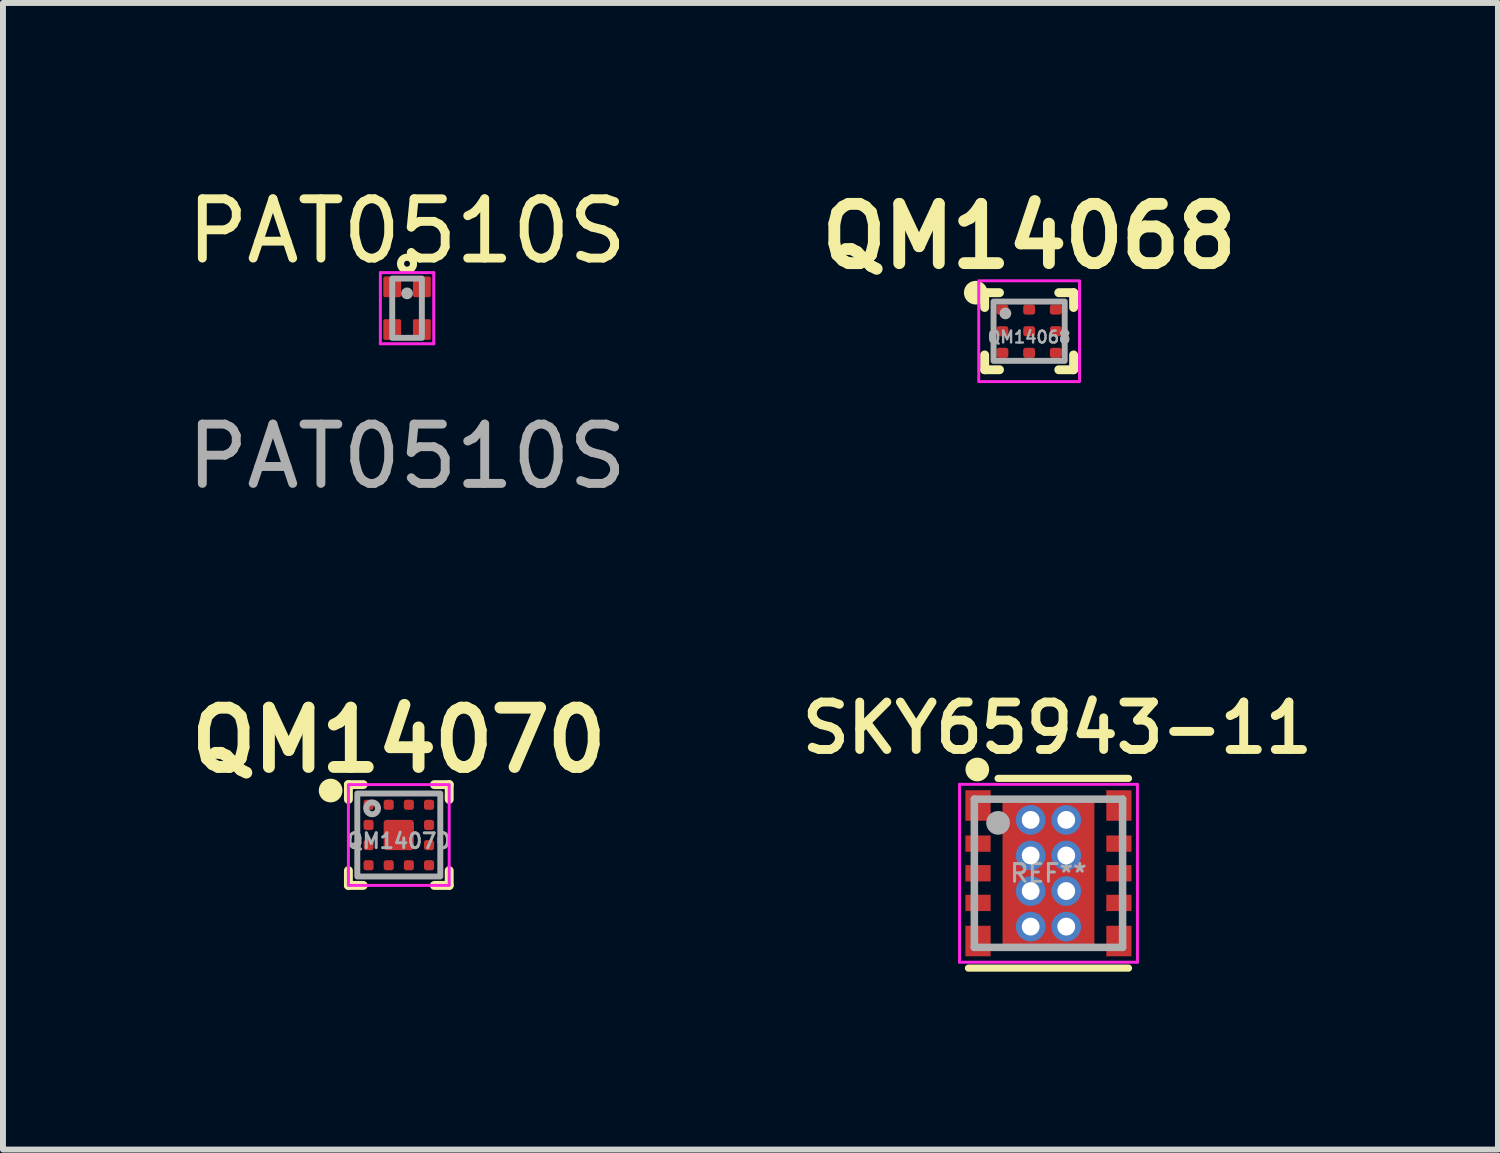
<source format=kicad_pcb>
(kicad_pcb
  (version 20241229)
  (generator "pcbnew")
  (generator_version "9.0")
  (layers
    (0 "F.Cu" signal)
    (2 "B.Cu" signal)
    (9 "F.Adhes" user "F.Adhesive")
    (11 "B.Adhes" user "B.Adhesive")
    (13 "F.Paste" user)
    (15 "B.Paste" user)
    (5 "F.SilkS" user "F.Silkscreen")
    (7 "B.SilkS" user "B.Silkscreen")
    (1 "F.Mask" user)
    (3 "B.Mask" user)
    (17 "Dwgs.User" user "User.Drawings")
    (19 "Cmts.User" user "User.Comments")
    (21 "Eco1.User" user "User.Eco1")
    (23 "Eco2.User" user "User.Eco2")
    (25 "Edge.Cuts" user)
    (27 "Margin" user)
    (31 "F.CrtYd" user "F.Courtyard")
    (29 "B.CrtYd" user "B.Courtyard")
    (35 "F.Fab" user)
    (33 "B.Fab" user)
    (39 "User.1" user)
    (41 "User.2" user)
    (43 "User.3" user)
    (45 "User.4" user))
  (footprint "QM14068"
    (layer "F.Cu")
    (at 14.307 2.536)
    (property "Reference" "QM14068" (at 0 -1.6 0) (unlocked yes) (layer "F.SilkS") (effects (font (size 1 1) (thickness 0.2) (bold yes))))
    (attr smd)
    (fp_line (start -0.75 -0.4) (end -0.75 -0.65) (stroke (width 0.15) (type default)) (layer "F.SilkS"))
    (fp_line (start -0.75 0.4) (end -0.75 0.65) (stroke (width 0.15) (type default)) (layer "F.SilkS"))
    (fp_line (start -0.5 -0.65) (end -0.75 -0.65) (stroke (width 0.15) (type default)) (layer "F.SilkS"))
    (fp_line (start -0.5 0.65) (end -0.75 0.65) (stroke (width 0.15) (type default)) (layer "F.SilkS"))
    (fp_line (start 0.5 -0.65) (end 0.75 -0.65) (stroke (width 0.15) (type default)) (layer "F.SilkS"))
    (fp_line (start 0.5 0.65) (end 0.75 0.65) (stroke (width 0.15) (type default)) (layer "F.SilkS"))
    (fp_line (start 0.75 -0.4) (end 0.75 -0.65) (stroke (width 0.15) (type default)) (layer "F.SilkS"))
    (fp_line (start 0.75 0.4) (end 0.75 0.65) (stroke (width 0.15) (type default)) (layer "F.SilkS"))
    (fp_circle (center -0.9 -0.65) (end -1 -0.65) (stroke (width 0.2) (type default)) (fill no) (layer "F.SilkS"))
    (fp_rect (start -0.85 -0.85) (end 0.85 0.85) (stroke (width 0.05) (type default)) (fill no) (layer "F.CrtYd"))
    (fp_rect (start -0.6 -0.5) (end 0.6 0.5) (stroke (width 0.1) (type default)) (fill no) (layer "F.Fab"))
    (fp_circle (center -0.4 -0.3) (end -0.35 -0.3) (stroke (width 0.1) (type solid)) (fill no) (layer "F.Fab"))
    (fp_text user "${REFERENCE}" (at 0 0.1 0) (unlocked yes) (layer "F.Fab") (effects (font (size 0.2 0.2) (thickness 0.04) (bold yes))))
    (pad "1" smd roundrect (at -0.45 -0.365) (size 0.2 0.17) (layers "F.Cu" "F.Mask" "F.Paste") (roundrect_rratio 0.25))
    (pad "2" smd roundrect (at -0.45 0) (size 0.2 0.17) (layers "F.Cu" "F.Mask" "F.Paste") (roundrect_rratio 0.25))
    (pad "3" smd roundrect (at -0.45 0.365) (size 0.2 0.17) (layers "F.Cu" "F.Mask" "F.Paste") (roundrect_rratio 0.25))
    (pad "4" smd roundrect (at 0 0.365) (size 0.2 0.17) (layers "F.Cu" "F.Mask" "F.Paste") (roundrect_rratio 0.25))
    (pad "5" smd roundrect (at 0.45 0.365) (size 0.2 0.17) (layers "F.Cu" "F.Mask" "F.Paste") (roundrect_rratio 0.25))
    (pad "6" smd roundrect (at 0.45 0) (size 0.2 0.17) (layers "F.Cu" "F.Mask" "F.Paste") (roundrect_rratio 0.25))
    (pad "7" smd roundrect (at 0.45 -0.365) (size 0.2 0.17) (layers "F.Cu" "F.Mask" "F.Paste") (roundrect_rratio 0.25))
    (pad "8" smd roundrect (at 0 -0.365) (size 0.2 0.17) (layers "F.Cu" "F.Mask" "F.Paste") (roundrect_rratio 0.25))
    (pad "9" smd roundrect (at 0 0) (size 0.2 0.17) (layers "F.Cu" "F.Mask" "F.Paste") (roundrect_rratio 0.25)))
  (footprint "PAT0510S"
    (layer "F.Cu")
    (at 3.815 2.148)
    (property "Reference" "PAT0510S" (at 0 -1.3 0) (unlocked yes) (layer "F.SilkS") (effects (font (size 1 1) (thickness 0.15))))
    (attr smd)
    (fp_circle (center 0 -0.75) (end 0.05 -0.75) (stroke (width 0.12) (type solid)) (fill no) (layer "F.SilkS"))
    (fp_line (start -0.45 -0.6) (end 0.45 -0.6) (stroke (width 0.05) (type solid)) (layer "F.CrtYd"))
    (fp_line (start -0.45 0.6) (end -0.45 -0.6) (stroke (width 0.05) (type solid)) (layer "F.CrtYd"))
    (fp_line (start 0.45 -0.6) (end 0.45 0.6) (stroke (width 0.05) (type solid)) (layer "F.CrtYd"))
    (fp_line (start 0.45 0.6) (end -0.45 0.6) (stroke (width 0.05) (type solid)) (layer "F.CrtYd"))
    (fp_rect (start -0.25 -0.5) (end 0.25 0.5) (stroke (width 0.1) (type solid)) (fill no) (layer "F.Fab"))
    (fp_circle (center 0 -0.25) (end 0.05 -0.25) (stroke (width 0.1) (type solid)) (fill no) (layer "F.Fab"))
    (fp_text user "${REFERENCE}" (at 0 2.5 0) (unlocked yes) (layer "F.Fab") (effects (font (size 1 1) (thickness 0.15))))
    (pad "1" smd roundrect (at -0.25 -0.36) (size 0.3 0.35) (layers "F.Cu" "F.Mask" "F.Paste") (roundrect_rratio 0.1))
    (pad "2" smd roundrect (at 0.25 -0.36) (size 0.3 0.35) (layers "F.Cu" "F.Mask" "F.Paste") (roundrect_rratio 0.1))
    (pad "3" smd roundrect (at -0.25 0.36) (size 0.3 0.35) (layers "F.Cu" "F.Mask" "F.Paste") (roundrect_rratio 0.1))
    (pad "3" smd roundrect (at 0.25 0.36) (size 0.3 0.35) (layers "F.Cu" "F.Mask" "F.Paste") (roundrect_rratio 0.1)))
  (footprint "QM14070"
    (layer "F.Cu")
    (at 3.676 11.033)
    (property "Reference" "QM14070" (at 0 -1.6 0) (unlocked yes) (layer "F.SilkS") (effects (font (size 1 1) (thickness 0.2) (bold yes))))
    (attr smd)
    (fp_line (start -0.85 -0.6) (end -0.85 -0.85) (stroke (width 0.15) (type default)) (layer "F.SilkS"))
    (fp_line (start -0.85 0.6) (end -0.85 0.85) (stroke (width 0.15) (type default)) (layer "F.SilkS"))
    (fp_line (start -0.6 -0.85) (end -0.85 -0.85) (stroke (width 0.15) (type default)) (layer "F.SilkS"))
    (fp_line (start -0.6 0.85) (end -0.85 0.85) (stroke (width 0.15) (type default)) (layer "F.SilkS"))
    (fp_line (start 0.6 -0.85) (end 0.85 -0.85) (stroke (width 0.15) (type default)) (layer "F.SilkS"))
    (fp_line (start 0.6 0.85) (end 0.85 0.85) (stroke (width 0.15) (type default)) (layer "F.SilkS"))
    (fp_line (start 0.85 -0.6) (end 0.85 -0.85) (stroke (width 0.15) (type default)) (layer "F.SilkS"))
    (fp_line (start 0.85 0.6) (end 0.85 0.85) (stroke (width 0.15) (type default)) (layer "F.SilkS"))
    (fp_circle (center -1.15 -0.75) (end -1.25 -0.75) (stroke (width 0.2) (type default)) (fill no) (layer "F.SilkS"))
    (fp_rect (start -0.85 -0.85) (end 0.85 0.85) (stroke (width 0.05) (type default)) (fill no) (layer "F.CrtYd"))
    (fp_rect (start -0.7 -0.7) (end 0.7 0.7) (stroke (width 0.1) (type default)) (fill no) (layer "F.Fab"))
    (fp_circle (center -0.45 -0.45) (end -0.35 -0.45) (stroke (width 0.1) (type solid)) (fill no) (layer "F.Fab"))
    (fp_text user "${REFERENCE}" (at 0 0.1 0) (unlocked yes) (layer "F.Fab") (effects (font (size 0.25 0.25) (thickness 0.05) (bold yes))))
    (pad "0" smd roundrect (at 0 0) (size 0.51 0.51) (layers "F.Cu" "F.Mask" "F.Paste") (roundrect_rratio 0.1))
    (pad "1" smd roundrect (at -0.51 -0.51) (size 0.17 0.17) (layers "F.Cu" "F.Mask" "F.Paste") (roundrect_rratio 0.25))
    (pad "2" smd roundrect (at -0.51 -0.17) (size 0.17 0.17) (layers "F.Cu" "F.Mask" "F.Paste") (roundrect_rratio 0.25))
    (pad "3" smd roundrect (at -0.51 0.17) (size 0.17 0.17) (layers "F.Cu" "F.Mask" "F.Paste") (roundrect_rratio 0.25))
    (pad "4" smd roundrect (at -0.51 0.51) (size 0.17 0.17) (layers "F.Cu" "F.Mask" "F.Paste") (roundrect_rratio 0.25))
    (pad "5" smd roundrect (at -0.17 0.51) (size 0.17 0.17) (layers "F.Cu" "F.Mask" "F.Paste") (roundrect_rratio 0.25))
    (pad "6" smd roundrect (at 0.17 0.51) (size 0.17 0.17) (layers "F.Cu" "F.Mask" "F.Paste") (roundrect_rratio 0.25))
    (pad "7" smd roundrect (at 0.51 0.51) (size 0.17 0.17) (layers "F.Cu" "F.Mask" "F.Paste") (roundrect_rratio 0.25))
    (pad "8" smd roundrect (at 0.51 0.17) (size 0.17 0.17) (layers "F.Cu" "F.Mask" "F.Paste") (roundrect_rratio 0.25))
    (pad "9" smd roundrect (at 0.51 -0.17) (size 0.17 0.17) (layers "F.Cu" "F.Mask" "F.Paste") (roundrect_rratio 0.25))
    (pad "10" smd roundrect (at 0.51 -0.51 90) (size 0.17 0.17) (layers "F.Cu" "F.Mask" "F.Paste") (roundrect_rratio 0.25))
    (pad "11" smd roundrect (at 0.17 -0.51) (size 0.17 0.17) (layers "F.Cu" "F.Mask" "F.Paste") (roundrect_rratio 0.25))
    (pad "12" smd roundrect (at -0.17 -0.51) (size 0.17 0.17) (layers "F.Cu" "F.Mask" "F.Paste") (roundrect_rratio 0.25)))
  (footprint "SKY65943-11"
    (layer "F.Cu")
    (at 14.633 11.678)
    (property "Reference" "SKY65943-11" (at 0.15 -2.45 0) (layer "F.SilkS") (effects (font (size 0.8 0.8) (thickness 0.15))))
    (attr smd)
    (fp_poly (pts (xy -0.775 -1.25) (xy 0.775 -1.25) (xy 0.775 1.25) (xy -0.775 1.25)) (stroke (width 0.01) (type solid)) (fill yes) (layer "F.Mask"))
    (fp_line (start -1.35 1.6) (end 1.35 1.6) (stroke (width 0.12) (type solid)) (layer "F.SilkS"))
    (fp_line (start -0.85 -1.6) (end 1.35 -1.6) (stroke (width 0.12) (type solid)) (layer "F.SilkS"))
    (fp_circle (center -1.2 -1.75) (end -1.1 -1.75) (stroke (width 0.2) (type solid)) (fill no) (layer "F.SilkS"))
    (fp_poly (pts (xy -0.775 -1.25) (xy 0.775 -1.25) (xy 0.775 -0.505) (xy -0.775 -0.505)) (stroke (width 0.01) (type solid)) (fill yes) (layer "F.Paste"))
    (fp_poly (pts (xy -0.775 -0.335) (xy 0.775 -0.335) (xy 0.775 0.335) (xy -0.775 0.335)) (stroke (width 0.01) (type solid)) (fill yes) (layer "F.Paste"))
    (fp_poly (pts (xy -0.775 0.505) (xy 0.775 0.505) (xy 0.775 1.25) (xy -0.775 1.25)) (stroke (width 0.01) (type solid)) (fill yes) (layer "F.Paste"))
    (fp_line (start -1.5 -1.5) (end 1.5 -1.5) (stroke (width 0.05) (type solid)) (layer "F.CrtYd"))
    (fp_line (start -1.5 1.5) (end -1.5 -1.5) (stroke (width 0.05) (type solid)) (layer "F.CrtYd"))
    (fp_line (start 1.5 -1.5) (end 1.5 1.5) (stroke (width 0.05) (type solid)) (layer "F.CrtYd"))
    (fp_line (start 1.5 1.5) (end -1.5 1.5) (stroke (width 0.05) (type solid)) (layer "F.CrtYd"))
    (fp_line (start -1.25 -1.25) (end 1.25 -1.25) (stroke (width 0.127) (type solid)) (layer "F.Fab"))
    (fp_line (start -1.25 1.25) (end -1.25 -1.25) (stroke (width 0.127) (type solid)) (layer "F.Fab"))
    (fp_line (start 1.25 -1.25) (end 1.25 1.25) (stroke (width 0.127) (type solid)) (layer "F.Fab"))
    (fp_line (start 1.25 1.25) (end -1.25 1.25) (stroke (width 0.127) (type solid)) (layer "F.Fab"))
    (fp_circle (center -0.85 -0.85) (end -0.75 -0.85) (stroke (width 0.2) (type solid)) (fill no) (layer "F.Fab"))
    (fp_text user "REF**" (at 0 0 0) (unlocked yes) (layer "F.Fab") (effects (font (size 0.3 0.3) (thickness 0.05))))
    (pad "1" smd rect (at -1.188 -1.143) (size 0.425 0.515) (layers "F.Cu" "F.Mask" "F.Paste"))
    (pad "2" smd rect (at -1.188 -0.5) (size 0.425 0.275) (layers "F.Cu" "F.Mask" "F.Paste"))
    (pad "3" smd rect (at -1.188 0) (size 0.425 0.275) (layers "F.Cu" "F.Mask" "F.Paste"))
    (pad "4" smd rect (at -1.188 0.5) (size 0.425 0.275) (layers "F.Cu" "F.Mask" "F.Paste"))
    (pad "5" smd rect (at -1.188 1.143) (size 0.425 0.515) (layers "F.Cu" "F.Mask" "F.Paste"))
    (pad "6" smd rect (at 1.188 1.143) (size 0.425 0.515) (layers "F.Cu" "F.Mask" "F.Paste"))
    (pad "7" smd rect (at 1.188 0.5) (size 0.425 0.275) (layers "F.Cu" "F.Mask" "F.Paste"))
    (pad "8" smd rect (at 1.188 0) (size 0.425 0.275) (layers "F.Cu" "F.Mask" "F.Paste"))
    (pad "9" smd rect (at 1.188 -0.5) (size 0.425 0.275) (layers "F.Cu" "F.Mask" "F.Paste"))
    (pad "10" smd rect (at 1.188 -1.143) (size 0.425 0.515) (layers "F.Cu" "F.Mask" "F.Paste"))
    (pad "11" thru_hole circle (at -0.3 -0.9) (size 0.5 0.5) (drill 0.3) (layers "*.Cu"))
    (pad "11" thru_hole circle (at -0.3 -0.3) (size 0.5 0.5) (drill 0.3) (layers "*.Cu"))
    (pad "11" thru_hole circle (at -0.3 0.3) (size 0.5 0.5) (drill 0.3) (layers "*.Cu"))
    (pad "11" thru_hole circle (at -0.3 0.9) (size 0.5 0.5) (drill 0.3) (layers "*.Cu"))
    (pad "11" smd rect (at 0 0) (size 1.55 2.5) (layers "F.Cu"))
    (pad "11" thru_hole circle (at 0.3 -0.9) (size 0.5 0.5) (drill 0.3) (layers "*.Cu"))
    (pad "11" thru_hole circle (at 0.3 -0.3) (size 0.5 0.5) (drill 0.3) (layers "*.Cu"))
    (pad "11" thru_hole circle (at 0.3 0.3) (size 0.5 0.5) (drill 0.3) (layers "*.Cu"))
    (pad "11" thru_hole circle (at 0.3 0.9) (size 0.5 0.5) (drill 0.3) (layers "*.Cu")))
  (gr_rect
    (start -3 -3)
    (end 22.214 16.338)
    (stroke (width 0.1) (type default))
    (fill no)
    (layer "Edge.Cuts")))
</source>
